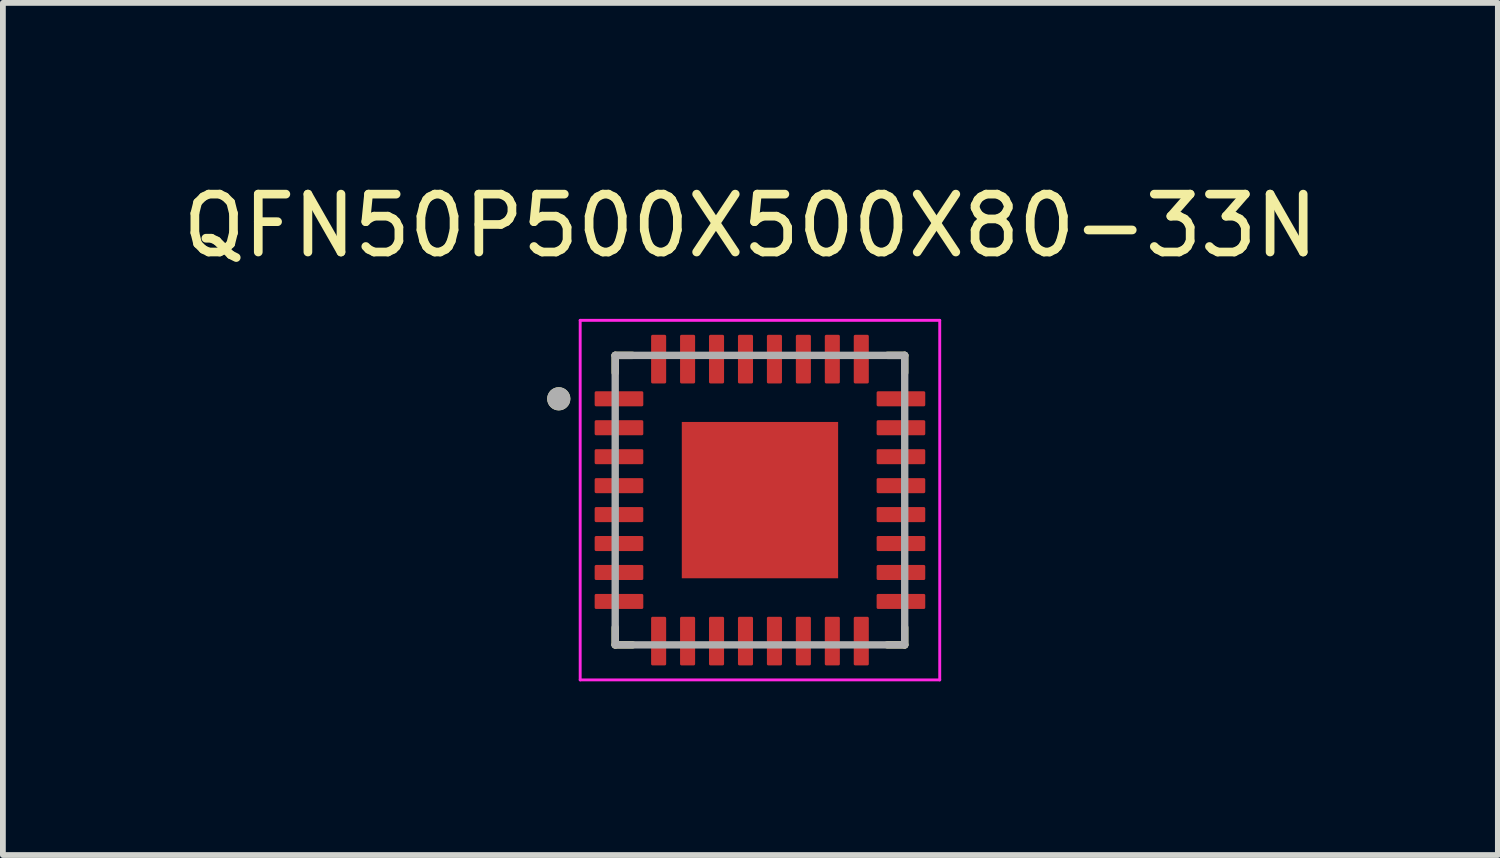
<source format=kicad_pcb>
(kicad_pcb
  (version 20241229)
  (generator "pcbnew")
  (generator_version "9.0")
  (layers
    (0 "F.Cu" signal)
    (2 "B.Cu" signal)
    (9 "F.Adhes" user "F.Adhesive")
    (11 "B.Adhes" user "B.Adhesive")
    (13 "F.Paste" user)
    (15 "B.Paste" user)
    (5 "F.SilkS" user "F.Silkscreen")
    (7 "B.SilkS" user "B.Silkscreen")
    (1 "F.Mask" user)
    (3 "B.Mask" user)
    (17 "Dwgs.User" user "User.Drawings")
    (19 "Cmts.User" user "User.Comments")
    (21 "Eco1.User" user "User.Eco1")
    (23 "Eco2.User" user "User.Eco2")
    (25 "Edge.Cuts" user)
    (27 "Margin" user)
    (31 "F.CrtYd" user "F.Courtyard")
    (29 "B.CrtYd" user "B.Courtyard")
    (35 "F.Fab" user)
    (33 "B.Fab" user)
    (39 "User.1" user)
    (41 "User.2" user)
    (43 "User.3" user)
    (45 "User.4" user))
  (footprint "QFN50P500X500X80-33N"
    (layer "F.Cu")
    (at 10.076 5.588)
    (property "Reference" "QFN50P500X500X80-33N" (at -0.165 -4.74 0) (layer "F.SilkS") (effects (font (size 1 1) (thickness 0.15))))
    (attr smd)
    (fp_line (start -2.5 -2.5) (end -2.5 -2.2) (stroke (width 0.127) (type solid)) (layer "F.SilkS"))
    (fp_line (start -2.5 -2.5) (end -2.2 -2.5) (stroke (width 0.127) (type solid)) (layer "F.SilkS"))
    (fp_line (start -2.5 2.5) (end -2.5 2.2) (stroke (width 0.127) (type solid)) (layer "F.SilkS"))
    (fp_line (start -2.5 2.5) (end -2.2 2.5) (stroke (width 0.127) (type solid)) (layer "F.SilkS"))
    (fp_line (start 2.5 -2.5) (end 2.2 -2.5) (stroke (width 0.127) (type solid)) (layer "F.SilkS"))
    (fp_line (start 2.5 -2.5) (end 2.5 -2.2) (stroke (width 0.127) (type solid)) (layer "F.SilkS"))
    (fp_line (start 2.5 2.5) (end 2.2 2.5) (stroke (width 0.127) (type solid)) (layer "F.SilkS"))
    (fp_line (start 2.5 2.5) (end 2.5 2.2) (stroke (width 0.127) (type solid)) (layer "F.SilkS"))
    (fp_circle (center -3.475 -1.75) (end -3.375 -1.75) (stroke (width 0.2) (type solid)) (fill no) (layer "F.SilkS"))
    (fp_poly (pts (xy -0.85 -0.85) (xy 0.85 -0.85) (xy 0.85 0.85) (xy -0.85 0.85)) (stroke (width 0.01) (type solid)) (fill yes) (layer "F.Paste"))
    (fp_line (start -3.105 -3.105) (end 3.105 -3.105) (stroke (width 0.05) (type solid)) (layer "F.CrtYd"))
    (fp_line (start -3.105 3.105) (end -3.105 -3.105) (stroke (width 0.05) (type solid)) (layer "F.CrtYd"))
    (fp_line (start -3.105 3.105) (end 3.105 3.105) (stroke (width 0.05) (type solid)) (layer "F.CrtYd"))
    (fp_line (start 3.105 3.105) (end 3.105 -3.105) (stroke (width 0.05) (type solid)) (layer "F.CrtYd"))
    (fp_line (start -2.5 2.5) (end -2.5 -2.5) (stroke (width 0.127) (type solid)) (layer "F.Fab"))
    (fp_line (start 2.5 -2.5) (end -2.5 -2.5) (stroke (width 0.127) (type solid)) (layer "F.Fab"))
    (fp_line (start 2.5 2.5) (end -2.5 2.5) (stroke (width 0.127) (type solid)) (layer "F.Fab"))
    (fp_line (start 2.5 2.5) (end 2.5 -2.5) (stroke (width 0.127) (type solid)) (layer "F.Fab"))
    (fp_circle (center -3.475 -1.75) (end -3.375 -1.75) (stroke (width 0.2) (type solid)) (fill no) (layer "F.Fab"))
    (pad "1" smd roundrect (at -2.435 -1.75) (size 0.84 0.26) (layers "F.Cu" "F.Mask" "F.Paste") (roundrect_rratio 0.095))
    (pad "2" smd roundrect (at -2.435 -1.25) (size 0.84 0.26) (layers "F.Cu" "F.Mask" "F.Paste") (roundrect_rratio 0.095))
    (pad "3" smd roundrect (at -2.435 -0.75) (size 0.84 0.26) (layers "F.Cu" "F.Mask" "F.Paste") (roundrect_rratio 0.095))
    (pad "4" smd roundrect (at -2.435 -0.25) (size 0.84 0.26) (layers "F.Cu" "F.Mask" "F.Paste") (roundrect_rratio 0.095))
    (pad "5" smd roundrect (at -2.435 0.25) (size 0.84 0.26) (layers "F.Cu" "F.Mask" "F.Paste") (roundrect_rratio 0.095))
    (pad "6" smd roundrect (at -2.435 0.75) (size 0.84 0.26) (layers "F.Cu" "F.Mask" "F.Paste") (roundrect_rratio 0.095))
    (pad "7" smd roundrect (at -2.435 1.25) (size 0.84 0.26) (layers "F.Cu" "F.Mask" "F.Paste") (roundrect_rratio 0.095))
    (pad "8" smd roundrect (at -2.435 1.75) (size 0.84 0.26) (layers "F.Cu" "F.Mask" "F.Paste") (roundrect_rratio 0.095))
    (pad "9" smd roundrect (at -1.75 2.435) (size 0.26 0.84) (layers "F.Cu" "F.Mask" "F.Paste") (roundrect_rratio 0.095))
    (pad "10" smd roundrect (at -1.25 2.435) (size 0.26 0.84) (layers "F.Cu" "F.Mask" "F.Paste") (roundrect_rratio 0.095))
    (pad "11" smd roundrect (at -0.75 2.435) (size 0.26 0.84) (layers "F.Cu" "F.Mask" "F.Paste") (roundrect_rratio 0.095))
    (pad "12" smd roundrect (at -0.25 2.435) (size 0.26 0.84) (layers "F.Cu" "F.Mask" "F.Paste") (roundrect_rratio 0.095))
    (pad "13" smd roundrect (at 0.25 2.435) (size 0.26 0.84) (layers "F.Cu" "F.Mask" "F.Paste") (roundrect_rratio 0.095))
    (pad "14" smd roundrect (at 0.75 2.435) (size 0.26 0.84) (layers "F.Cu" "F.Mask" "F.Paste") (roundrect_rratio 0.095))
    (pad "15" smd roundrect (at 1.25 2.435) (size 0.26 0.84) (layers "F.Cu" "F.Mask" "F.Paste") (roundrect_rratio 0.095))
    (pad "16" smd roundrect (at 1.75 2.435) (size 0.26 0.84) (layers "F.Cu" "F.Mask" "F.Paste") (roundrect_rratio 0.095))
    (pad "17" smd roundrect (at 2.435 1.75) (size 0.84 0.26) (layers "F.Cu" "F.Mask" "F.Paste") (roundrect_rratio 0.095))
    (pad "18" smd roundrect (at 2.435 1.25) (size 0.84 0.26) (layers "F.Cu" "F.Mask" "F.Paste") (roundrect_rratio 0.095))
    (pad "19" smd roundrect (at 2.435 0.75) (size 0.84 0.26) (layers "F.Cu" "F.Mask" "F.Paste") (roundrect_rratio 0.095))
    (pad "20" smd roundrect (at 2.435 0.25) (size 0.84 0.26) (layers "F.Cu" "F.Mask" "F.Paste") (roundrect_rratio 0.095))
    (pad "21" smd roundrect (at 2.435 -0.25) (size 0.84 0.26) (layers "F.Cu" "F.Mask" "F.Paste") (roundrect_rratio 0.095))
    (pad "22" smd roundrect (at 2.435 -0.75) (size 0.84 0.26) (layers "F.Cu" "F.Mask" "F.Paste") (roundrect_rratio 0.095))
    (pad "23" smd roundrect (at 2.435 -1.25) (size 0.84 0.26) (layers "F.Cu" "F.Mask" "F.Paste") (roundrect_rratio 0.095))
    (pad "24" smd roundrect (at 2.435 -1.75) (size 0.84 0.26) (layers "F.Cu" "F.Mask" "F.Paste") (roundrect_rratio 0.095))
    (pad "25" smd roundrect (at 1.75 -2.435) (size 0.26 0.84) (layers "F.Cu" "F.Mask" "F.Paste") (roundrect_rratio 0.095))
    (pad "26" smd roundrect (at 1.25 -2.435) (size 0.26 0.84) (layers "F.Cu" "F.Mask" "F.Paste") (roundrect_rratio 0.095))
    (pad "27" smd roundrect (at 0.75 -2.435) (size 0.26 0.84) (layers "F.Cu" "F.Mask" "F.Paste") (roundrect_rratio 0.095))
    (pad "28" smd roundrect (at 0.25 -2.435) (size 0.26 0.84) (layers "F.Cu" "F.Mask" "F.Paste") (roundrect_rratio 0.095))
    (pad "29" smd roundrect (at -0.25 -2.435) (size 0.26 0.84) (layers "F.Cu" "F.Mask" "F.Paste") (roundrect_rratio 0.095))
    (pad "30" smd roundrect (at -0.75 -2.435) (size 0.26 0.84) (layers "F.Cu" "F.Mask" "F.Paste") (roundrect_rratio 0.095))
    (pad "31" smd roundrect (at -1.25 -2.435) (size 0.26 0.84) (layers "F.Cu" "F.Mask" "F.Paste") (roundrect_rratio 0.095))
    (pad "32" smd roundrect (at -1.75 -2.435) (size 0.26 0.84) (layers "F.Cu" "F.Mask" "F.Paste") (roundrect_rratio 0.095))
    (pad "33" smd rect (at 0 0) (size 2.7 2.7) (layers "F.Cu" "F.Mask")))
  (gr_rect
    (start -3 -3)
    (end 22.821 11.718)
    (stroke (width 0.1) (type default))
    (fill no)
    (layer "Edge.Cuts")))
</source>
